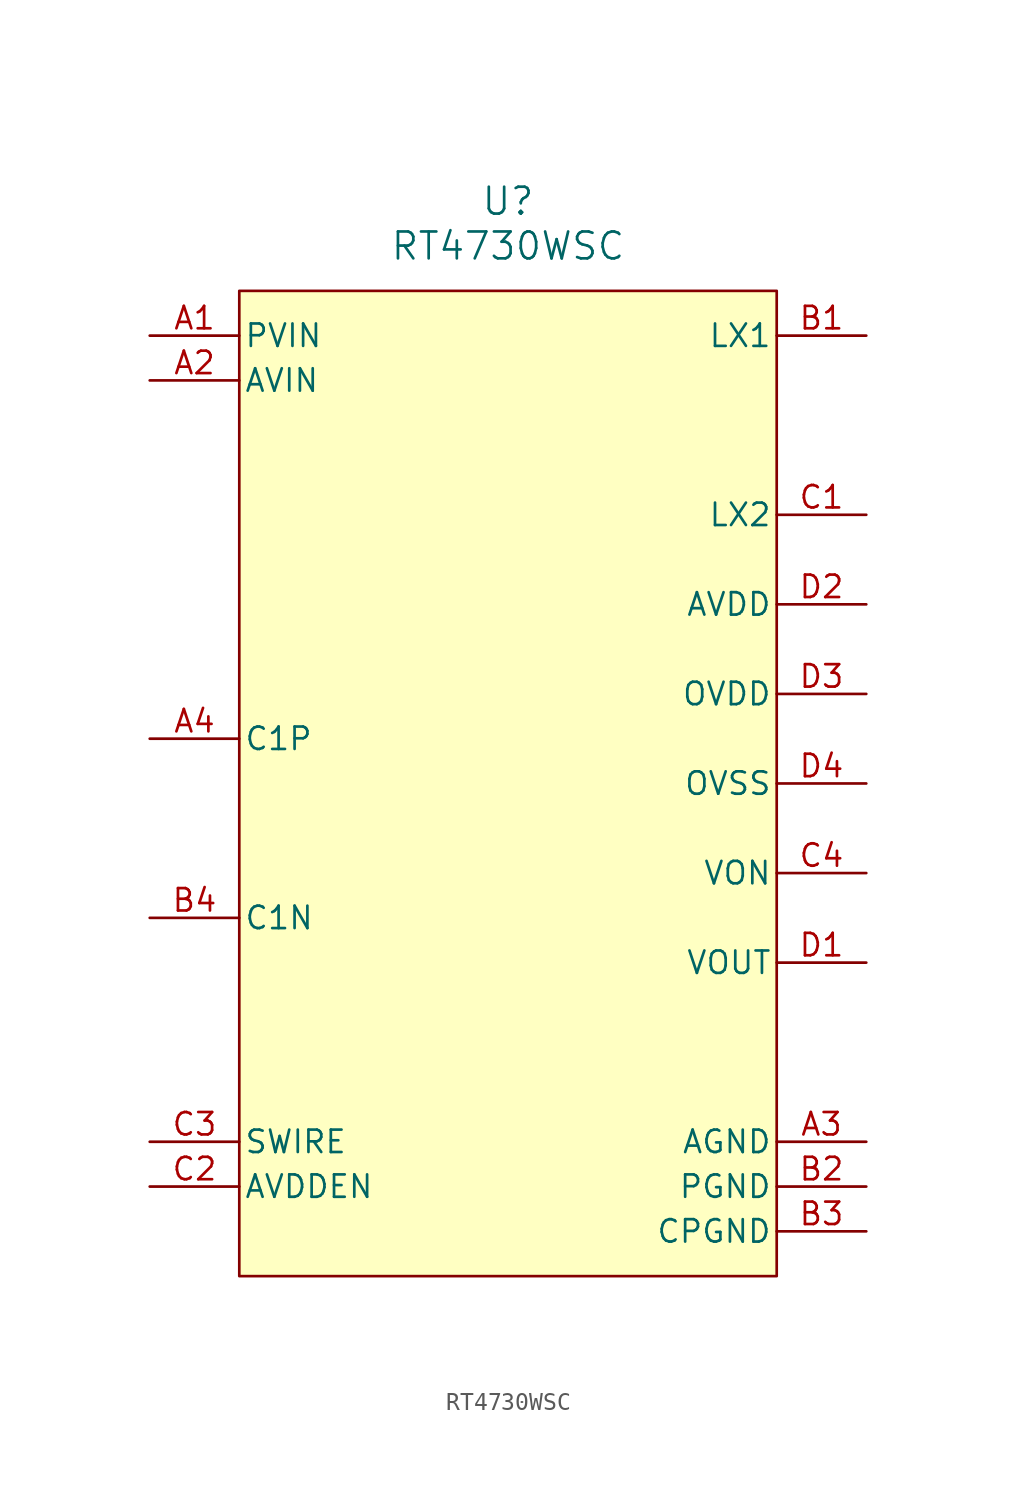
<source format=kicad_sym>
(kicad_symbol_lib
  (version 20231120)
  (generator "kicad_symbol_editor")
  (generator_version "8.0")
  (symbol "RT4730WSC"
    (pin_names
      (offset 0.254))
    (property "Reference" "U"
      (at 0 25.4 0)
      (effects (font (size 1.524 1.524))))
    (property "Value" "RT4730WSC"
      (at 0 22.86 0)
      (effects (font (size 1.524 1.524))))
    (symbol "RT4730WSC_0_1"
      (pin power_in line (at -20.32 17.78 0) (length 5.08) (name "PVIN" (effects (font (size 1.27 1.27)))) (number "A1" (effects (font (size 1.27 1.27)))))
      (pin power_in line (at -20.32 15.24 0) (length 5.08) (name "AVIN" (effects (font (size 1.27 1.27)))) (number "A2" (effects (font (size 1.27 1.27)))))
      (pin power_out line (at 20.32 -27.94 180) (length 5.08) (name "AGND" (effects (font (size 1.27 1.27)))) (number "A3" (effects (font (size 1.27 1.27)))))
      (pin bidirectional line (at 20.32 17.78 180) (length 5.08) (name "LX1" (effects (font (size 1.27 1.27)))) (number "B1" (effects (font (size 1.27 1.27)))))
      (pin power_out line (at 20.32 -30.48 180) (length 5.08) (name "PGND" (effects (font (size 1.27 1.27)))) (number "B2" (effects (font (size 1.27 1.27)))))
      (pin power_out line (at 20.32 -33.02 180) (length 5.08) (name "CPGND" (effects (font (size 1.27 1.27)))) (number "B3" (effects (font (size 1.27 1.27)))))
      (pin bidirectional line (at 20.32 7.62 180) (length 5.08) (name "LX2" (effects (font (size 1.27 1.27)))) (number "C1" (effects (font (size 1.27 1.27)))))
      (pin power_in line (at -20.32 -30.48 0) (length 5.08) (name "AVDDEN" (effects (font (size 1.27 1.27)))) (number "C2" (effects (font (size 1.27 1.27)))))
      (pin unspecified line (at -20.32 -27.94 0) (length 5.08) (name "SWIRE" (effects (font (size 1.27 1.27)))) (number "C3" (effects (font (size 1.27 1.27)))))
      (pin output line (at 20.32 -12.7 180) (length 5.08) (name "VON" (effects (font (size 1.27 1.27)))) (number "C4" (effects (font (size 1.27 1.27)))))
      (pin output line (at 20.32 -17.78 180) (length 5.08) (name "VOUT" (effects (font (size 1.27 1.27)))) (number "D1" (effects (font (size 1.27 1.27)))))
      (pin output line (at 20.32 2.54 180) (length 5.08) (name "AVDD" (effects (font (size 1.27 1.27)))) (number "D2" (effects (font (size 1.27 1.27)))))
      (pin output line (at 20.32 -2.54 180) (length 5.08) (name "OVDD" (effects (font (size 1.27 1.27)))) (number "D3" (effects (font (size 1.27 1.27)))))
      (pin output line (at 20.32 -7.62 180) (length 5.08) (name "OVSS" (effects (font (size 1.27 1.27)))) (number "D4" (effects (font (size 1.27 1.27))))))
    (symbol "RT4730WSC_1_1"
      (rectangle (start -15.24 20.32) (end 15.24 -35.56) (stroke (width 0) (type default)) (fill (type background)))
      (pin unspecified line (at -20.32 -5.08 0) (length 5.08) (name "C1P" (effects (font (size 1.27 1.27)))) (number "A4" (effects (font (size 1.27 1.27)))))
      (pin unspecified line (at -20.32 -15.24 0) (length 5.08) (name "C1N" (effects (font (size 1.27 1.27)))) (number "B4" (effects (font (size 1.27 1.27))))))))
</source>
